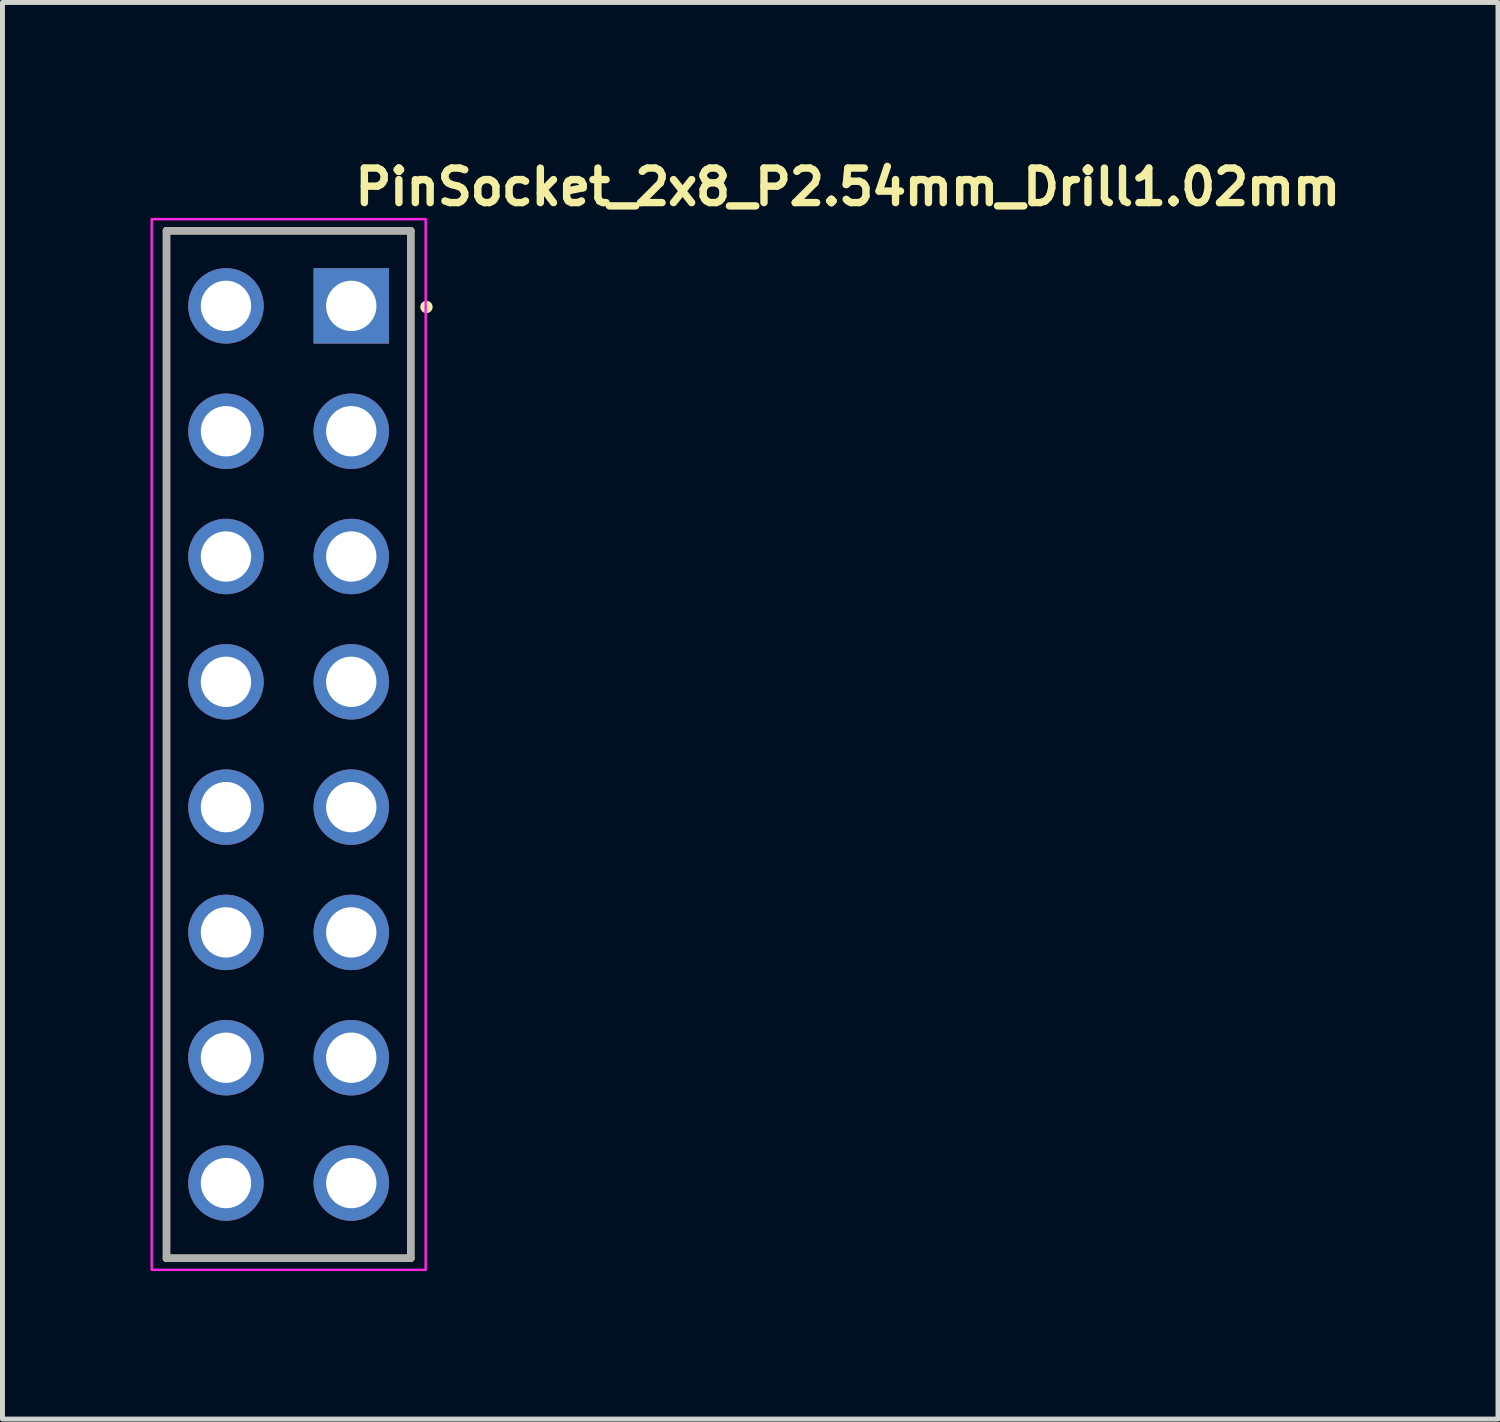
<source format=kicad_pcb>
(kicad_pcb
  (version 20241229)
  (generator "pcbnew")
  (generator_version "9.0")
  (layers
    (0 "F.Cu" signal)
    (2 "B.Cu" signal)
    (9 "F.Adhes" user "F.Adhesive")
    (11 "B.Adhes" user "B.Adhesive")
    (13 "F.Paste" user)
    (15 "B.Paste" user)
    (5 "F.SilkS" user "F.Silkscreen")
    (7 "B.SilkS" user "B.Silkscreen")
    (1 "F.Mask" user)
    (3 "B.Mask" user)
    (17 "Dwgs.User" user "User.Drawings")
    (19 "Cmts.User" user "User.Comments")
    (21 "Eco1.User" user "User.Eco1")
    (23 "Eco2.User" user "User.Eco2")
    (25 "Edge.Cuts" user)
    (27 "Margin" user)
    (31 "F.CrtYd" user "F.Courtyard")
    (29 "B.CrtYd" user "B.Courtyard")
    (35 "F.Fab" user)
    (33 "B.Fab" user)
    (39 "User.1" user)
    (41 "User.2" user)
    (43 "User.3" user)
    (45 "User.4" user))
  (footprint "PinSocket_2x8_P2.54mm_Drill1.02mm"
    (layer "F.Cu")
    (at 4.07 3.15)
    (property "Reference" "PinSocket_2x8_P2.54mm_Drill1.02mm" (at 0 -2 180) (layer "F.SilkS") (effects (font (size 0.7 0.7) (thickness 0.15)) (justify left bottom)))
    (attr through_hole)
    (fp_line (start -3.745 -1.522) (end -3.745 19.303) (stroke (width 0.15) (type solid)) (layer "F.SilkS"))
    (fp_line (start -3.745 19.303) (end 1.205 19.303) (stroke (width 0.15) (type solid)) (layer "F.SilkS"))
    (fp_line (start 1.205 -1.522) (end -3.745 -1.522) (stroke (width 0.15) (type solid)) (layer "F.SilkS"))
    (fp_line (start 1.205 19.303) (end 1.205 -1.522) (stroke (width 0.15) (type solid)) (layer "F.SilkS"))
    (fp_circle (center 1.524 0.022) (end 1.574 0.022) (stroke (width 0.15) (type solid)) (fill yes) (layer "F.SilkS"))
    (fp_rect (start -4.045 -1.758) (end 1.508 19.538) (stroke (width 0.05) (type solid)) (fill no) (layer "F.CrtYd"))
    (fp_line (start -3.745 19.303) (end -3.745 -1.522) (stroke (width 0.15) (type solid)) (layer "F.Fab"))
    (fp_line (start -3.745 19.303) (end 1.205 19.303) (stroke (width 0.15) (type solid)) (layer "F.Fab"))
    (fp_line (start 1.205 -1.522) (end -3.745 -1.522) (stroke (width 0.15) (type solid)) (layer "F.Fab"))
    (fp_line (start 1.205 19.303) (end 1.205 -1.522) (stroke (width 0.15) (type solid)) (layer "F.Fab"))
    (fp_rect (start -3.682 -1.522) (end 1.27 19.303) (stroke (width 0.1) (type solid)) (fill no) (layer "User.5"))
    (fp_line (start -3.682 -1.522) (end -3.682 19.303) (stroke (width 0.02) (type solid)) (layer "User.9"))
    (fp_line (start -3.682 19.303) (end 1.27 19.303) (stroke (width 0.02) (type solid)) (layer "User.9"))
    (fp_line (start -2.87 -0.392) (end -2.87 0.394) (stroke (width 0.02) (type solid)) (layer "User.9"))
    (fp_line (start -2.87 0.394) (end -2.082 0.394) (stroke (width 0.02) (type solid)) (layer "User.9"))
    (fp_line (start -2.87 2.146) (end -2.87 2.934) (stroke (width 0.02) (type solid)) (layer "User.9"))
    (fp_line (start -2.87 2.934) (end -2.082 2.934) (stroke (width 0.02) (type solid)) (layer "User.9"))
    (fp_line (start -2.87 4.687) (end -2.87 5.474) (stroke (width 0.02) (type solid)) (layer "User.9"))
    (fp_line (start -2.87 5.474) (end -2.082 5.474) (stroke (width 0.02) (type solid)) (layer "User.9"))
    (fp_line (start -2.87 7.227) (end -2.87 8.013) (stroke (width 0.02) (type solid)) (layer "User.9"))
    (fp_line (start -2.87 8.013) (end -2.082 8.013) (stroke (width 0.02) (type solid)) (layer "User.9"))
    (fp_line (start -2.87 9.766) (end -2.87 10.553) (stroke (width 0.02) (type solid)) (layer "User.9"))
    (fp_line (start -2.87 10.553) (end -2.082 10.553) (stroke (width 0.02) (type solid)) (layer "User.9"))
    (fp_line (start -2.87 12.305) (end -2.87 13.093) (stroke (width 0.02) (type solid)) (layer "User.9"))
    (fp_line (start -2.87 13.093) (end -2.082 13.093) (stroke (width 0.02) (type solid)) (layer "User.9"))
    (fp_line (start -2.87 14.846) (end -2.87 15.632) (stroke (width 0.02) (type solid)) (layer "User.9"))
    (fp_line (start -2.87 15.632) (end -2.082 15.632) (stroke (width 0.02) (type solid)) (layer "User.9"))
    (fp_line (start -2.87 17.386) (end -2.87 18.172) (stroke (width 0.02) (type solid)) (layer "User.9"))
    (fp_line (start -2.87 18.172) (end -2.082 18.172) (stroke (width 0.02) (type solid)) (layer "User.9"))
    (fp_line (start -2.082 -0.392) (end -2.87 -0.392) (stroke (width 0.02) (type solid)) (layer "User.9"))
    (fp_line (start -2.082 0.394) (end -2.082 -0.392) (stroke (width 0.02) (type solid)) (layer "User.9"))
    (fp_line (start -2.082 2.146) (end -2.87 2.146) (stroke (width 0.02) (type solid)) (layer "User.9"))
    (fp_line (start -2.082 2.934) (end -2.082 2.146) (stroke (width 0.02) (type solid)) (layer "User.9"))
    (fp_line (start -2.082 4.687) (end -2.87 4.687) (stroke (width 0.02) (type solid)) (layer "User.9"))
    (fp_line (start -2.082 5.474) (end -2.082 4.687) (stroke (width 0.02) (type solid)) (layer "User.9"))
    (fp_line (start -2.082 7.227) (end -2.87 7.227) (stroke (width 0.02) (type solid)) (layer "User.9"))
    (fp_line (start -2.082 8.013) (end -2.082 7.227) (stroke (width 0.02) (type solid)) (layer "User.9"))
    (fp_line (start -2.082 9.766) (end -2.87 9.766) (stroke (width 0.02) (type solid)) (layer "User.9"))
    (fp_line (start -2.082 10.553) (end -2.082 9.766) (stroke (width 0.02) (type solid)) (layer "User.9"))
    (fp_line (start -2.082 12.305) (end -2.87 12.305) (stroke (width 0.02) (type solid)) (layer "User.9"))
    (fp_line (start -2.082 13.093) (end -2.082 12.305) (stroke (width 0.02) (type solid)) (layer "User.9"))
    (fp_line (start -2.082 14.846) (end -2.87 14.846) (stroke (width 0.02) (type solid)) (layer "User.9"))
    (fp_line (start -2.082 15.632) (end -2.082 14.846) (stroke (width 0.02) (type solid)) (layer "User.9"))
    (fp_line (start -2.082 17.386) (end -2.87 17.386) (stroke (width 0.02) (type solid)) (layer "User.9"))
    (fp_line (start -2.082 18.172) (end -2.082 17.386) (stroke (width 0.02) (type solid)) (layer "User.9"))
    (fp_line (start -0.332 -0.392) (end -0.332 0.394) (stroke (width 0.02) (type solid)) (layer "User.9"))
    (fp_line (start -0.332 0.394) (end 0.456 0.394) (stroke (width 0.02) (type solid)) (layer "User.9"))
    (fp_line (start -0.332 2.146) (end -0.332 2.934) (stroke (width 0.02) (type solid)) (layer "User.9"))
    (fp_line (start -0.332 2.934) (end 0.456 2.934) (stroke (width 0.02) (type solid)) (layer "User.9"))
    (fp_line (start -0.332 4.687) (end -0.332 5.474) (stroke (width 0.02) (type solid)) (layer "User.9"))
    (fp_line (start -0.332 5.474) (end 0.456 5.474) (stroke (width 0.02) (type solid)) (layer "User.9"))
    (fp_line (start -0.332 7.227) (end -0.332 8.013) (stroke (width 0.02) (type solid)) (layer "User.9"))
    (fp_line (start -0.332 8.013) (end 0.456 8.013) (stroke (width 0.02) (type solid)) (layer "User.9"))
    (fp_line (start -0.332 9.766) (end -0.332 10.553) (stroke (width 0.02) (type solid)) (layer "User.9"))
    (fp_line (start -0.332 10.553) (end 0.456 10.553) (stroke (width 0.02) (type solid)) (layer "User.9"))
    (fp_line (start -0.332 12.305) (end -0.332 13.093) (stroke (width 0.02) (type solid)) (layer "User.9"))
    (fp_line (start -0.332 13.093) (end 0.456 13.093) (stroke (width 0.02) (type solid)) (layer "User.9"))
    (fp_line (start -0.332 14.846) (end -0.332 15.632) (stroke (width 0.02) (type solid)) (layer "User.9"))
    (fp_line (start -0.332 15.632) (end 0.456 15.632) (stroke (width 0.02) (type solid)) (layer "User.9"))
    (fp_line (start -0.332 17.386) (end -0.332 18.172) (stroke (width 0.02) (type solid)) (layer "User.9"))
    (fp_line (start -0.332 18.172) (end 0.456 18.172) (stroke (width 0.02) (type solid)) (layer "User.9"))
    (fp_line (start 0.456 -0.392) (end -0.332 -0.392) (stroke (width 0.02) (type solid)) (layer "User.9"))
    (fp_line (start 0.456 0.394) (end 0.456 -0.392) (stroke (width 0.02) (type solid)) (layer "User.9"))
    (fp_line (start 0.456 2.146) (end -0.332 2.146) (stroke (width 0.02) (type solid)) (layer "User.9"))
    (fp_line (start 0.456 2.934) (end 0.456 2.146) (stroke (width 0.02) (type solid)) (layer "User.9"))
    (fp_line (start 0.456 4.687) (end -0.332 4.687) (stroke (width 0.02) (type solid)) (layer "User.9"))
    (fp_line (start 0.456 5.474) (end 0.456 4.687) (stroke (width 0.02) (type solid)) (layer "User.9"))
    (fp_line (start 0.456 7.227) (end -0.332 7.227) (stroke (width 0.02) (type solid)) (layer "User.9"))
    (fp_line (start 0.456 8.013) (end 0.456 7.227) (stroke (width 0.02) (type solid)) (layer "User.9"))
    (fp_line (start 0.456 9.766) (end -0.332 9.766) (stroke (width 0.02) (type solid)) (layer "User.9"))
    (fp_line (start 0.456 10.553) (end 0.456 9.766) (stroke (width 0.02) (type solid)) (layer "User.9"))
    (fp_line (start 0.456 12.305) (end -0.332 12.305) (stroke (width 0.02) (type solid)) (layer "User.9"))
    (fp_line (start 0.456 13.093) (end 0.456 12.305) (stroke (width 0.02) (type solid)) (layer "User.9"))
    (fp_line (start 0.456 14.846) (end -0.332 14.846) (stroke (width 0.02) (type solid)) (layer "User.9"))
    (fp_line (start 0.456 15.632) (end 0.456 14.846) (stroke (width 0.02) (type solid)) (layer "User.9"))
    (fp_line (start 0.456 17.386) (end -0.332 17.386) (stroke (width 0.02) (type solid)) (layer "User.9"))
    (fp_line (start 0.456 18.172) (end 0.456 17.386) (stroke (width 0.02) (type solid)) (layer "User.9"))
    (fp_line (start 1.27 -1.522) (end -3.682 -1.522) (stroke (width 0.02) (type solid)) (layer "User.9"))
    (fp_line (start 1.27 19.303) (end 1.27 -1.522) (stroke (width 0.02) (type solid)) (layer "User.9"))
    (pad "1" thru_hole rect (at 0 0 90) (size 1.53 1.53) (drill 1.02) (layers "*.Cu" "*.Mask"))
    (pad "2" thru_hole circle (at -2.54 0 90) (size 1.53 1.53) (drill 1.02) (layers "*.Cu" "*.Mask"))
    (pad "3" thru_hole circle (at 0 2.541 90) (size 1.53 1.53) (drill 1.02) (layers "*.Cu" "*.Mask"))
    (pad "4" thru_hole circle (at -2.54 2.541 90) (size 1.53 1.53) (drill 1.02) (layers "*.Cu" "*.Mask"))
    (pad "5" thru_hole circle (at 0 5.08 90) (size 1.53 1.53) (drill 1.02) (layers "*.Cu" "*.Mask"))
    (pad "6" thru_hole circle (at -2.54 5.08 90) (size 1.53 1.53) (drill 1.02) (layers "*.Cu" "*.Mask"))
    (pad "7" thru_hole circle (at 0 7.62 90) (size 1.53 1.53) (drill 1.02) (layers "*.Cu" "*.Mask"))
    (pad "8" thru_hole circle (at -2.54 7.62 90) (size 1.53 1.53) (drill 1.02) (layers "*.Cu" "*.Mask"))
    (pad "9" thru_hole circle (at 0 10.16 90) (size 1.53 1.53) (drill 1.02) (layers "*.Cu" "*.Mask"))
    (pad "10" thru_hole circle (at -2.54 10.16 90) (size 1.53 1.53) (drill 1.02) (layers "*.Cu" "*.Mask"))
    (pad "11" thru_hole circle (at 0 12.699 90) (size 1.53 1.53) (drill 1.02) (layers "*.Cu" "*.Mask"))
    (pad "12" thru_hole circle (at -2.54 12.699 90) (size 1.53 1.53) (drill 1.02) (layers "*.Cu" "*.Mask"))
    (pad "13" thru_hole circle (at 0 15.239 90) (size 1.53 1.53) (drill 1.02) (layers "*.Cu" "*.Mask"))
    (pad "14" thru_hole circle (at -2.54 15.239 90) (size 1.53 1.53) (drill 1.02) (layers "*.Cu" "*.Mask"))
    (pad "15" thru_hole circle (at 0 17.78 90) (size 1.53 1.53) (drill 1.02) (layers "*.Cu" "*.Mask"))
    (pad "16" thru_hole circle (at -2.54 17.78 90) (size 1.53 1.53) (drill 1.02) (layers "*.Cu" "*.Mask")))
  (gr_rect
    (start -3 -3)
    (end 27.313 25.713)
    (stroke (width 0.1) (type default))
    (fill no)
    (layer "Edge.Cuts")))
</source>
